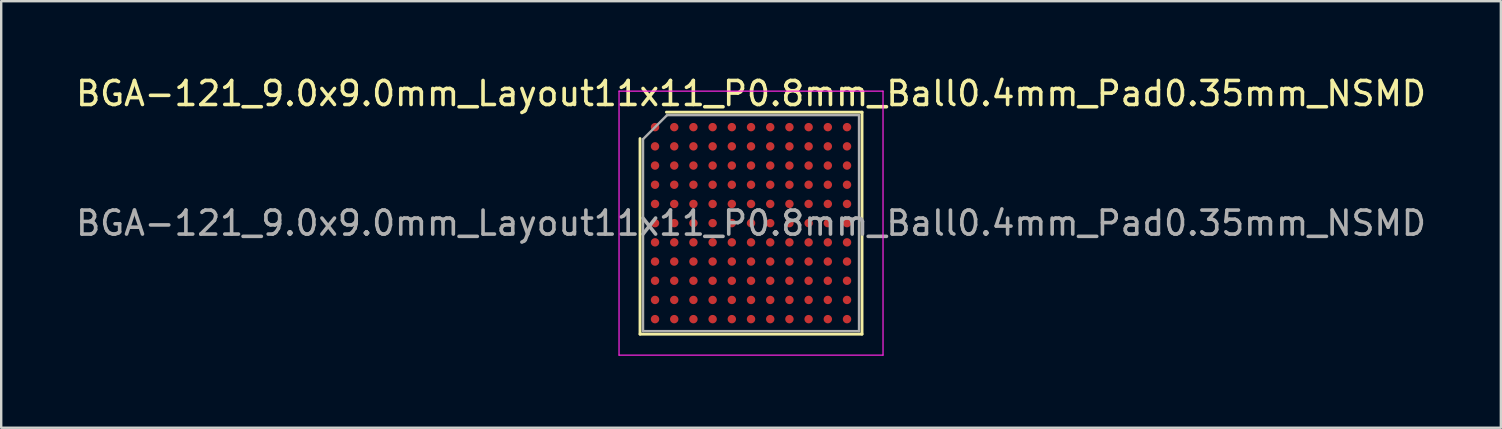
<source format=kicad_pcb>
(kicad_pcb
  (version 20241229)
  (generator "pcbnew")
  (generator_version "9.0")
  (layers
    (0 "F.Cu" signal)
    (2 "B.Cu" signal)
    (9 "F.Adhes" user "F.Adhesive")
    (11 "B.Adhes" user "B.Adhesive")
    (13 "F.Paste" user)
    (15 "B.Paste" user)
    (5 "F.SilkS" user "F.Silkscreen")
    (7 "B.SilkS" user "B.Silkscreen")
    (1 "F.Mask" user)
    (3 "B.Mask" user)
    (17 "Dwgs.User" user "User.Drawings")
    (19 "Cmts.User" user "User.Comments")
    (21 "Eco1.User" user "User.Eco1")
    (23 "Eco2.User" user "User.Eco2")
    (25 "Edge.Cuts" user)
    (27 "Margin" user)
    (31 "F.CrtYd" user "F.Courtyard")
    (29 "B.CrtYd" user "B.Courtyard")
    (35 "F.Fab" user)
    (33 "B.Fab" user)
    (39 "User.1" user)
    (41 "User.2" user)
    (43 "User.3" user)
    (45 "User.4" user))
  (footprint "BGA-121_9.0x9.0mm_Layout11x11_P0.8mm_Ball0.4mm_Pad0.35mm_NSMD"
    (layer "F.Cu")
    (at 28.244 6.248)
    (property "Reference" "BGA-121_9.0x9.0mm_Layout11x11_P0.8mm_Ball0.4mm_Pad0.35mm_NSMD" (at 0 -5.4 0) (layer "F.SilkS") (effects (font (size 1 1) (thickness 0.15))))
    (attr smd)
    (fp_line (start -4.625 -3.525) (end -4.625 4.625) (stroke (width 0.12) (type solid)) (layer "F.SilkS"))
    (fp_line (start -4.625 4.625) (end 4.625 4.625) (stroke (width 0.12) (type solid)) (layer "F.SilkS"))
    (fp_line (start -3.525 -4.625) (end 4.625 -4.625) (stroke (width 0.12) (type solid)) (layer "F.SilkS"))
    (fp_line (start 4.625 -4.625) (end 4.625 4.625) (stroke (width 0.12) (type solid)) (layer "F.SilkS"))
    (fp_line (start -5.5 -5.5) (end -5.5 5.5) (stroke (width 0.05) (type solid)) (layer "F.CrtYd"))
    (fp_line (start -5.5 -5.5) (end 5.5 -5.5) (stroke (width 0.05) (type solid)) (layer "F.CrtYd"))
    (fp_line (start 5.5 -5.5) (end 5.5 5.5) (stroke (width 0.05) (type solid)) (layer "F.CrtYd"))
    (fp_line (start 5.5 5.5) (end -5.5 5.5) (stroke (width 0.05) (type solid)) (layer "F.CrtYd"))
    (fp_line (start -4.5 -3.5) (end -4.5 4.5) (stroke (width 0.1) (type solid)) (layer "F.Fab"))
    (fp_line (start -4.5 4.5) (end 4.5 4.5) (stroke (width 0.1) (type solid)) (layer "F.Fab"))
    (fp_line (start -3.5 -4.5) (end -4.5 -3.5) (stroke (width 0.1) (type solid)) (layer "F.Fab"))
    (fp_line (start -3.5 -4.5) (end 4.5 -4.5) (stroke (width 0.1) (type solid)) (layer "F.Fab"))
    (fp_line (start 4.5 4.5) (end 4.5 -4.5) (stroke (width 0.1) (type solid)) (layer "F.Fab"))
    (fp_text user "${REFERENCE}" (at 0 0 0) (layer "F.Fab") (effects (font (size 1 1) (thickness 0.15))))
    (pad "A1" smd circle (at -4 -4) (size 0.35 0.35) (layers "F.Cu" "F.Mask" "F.Paste"))
    (pad "A2" smd circle (at -3.2 -4) (size 0.35 0.35) (layers "F.Cu" "F.Mask" "F.Paste"))
    (pad "A3" smd circle (at -2.4 -4) (size 0.35 0.35) (layers "F.Cu" "F.Mask" "F.Paste"))
    (pad "A4" smd circle (at -1.6 -4) (size 0.35 0.35) (layers "F.Cu" "F.Mask" "F.Paste"))
    (pad "A5" smd circle (at -0.8 -4) (size 0.35 0.35) (layers "F.Cu" "F.Mask" "F.Paste"))
    (pad "A6" smd circle (at 0 -4) (size 0.35 0.35) (layers "F.Cu" "F.Mask" "F.Paste"))
    (pad "A7" smd circle (at 0.8 -4) (size 0.35 0.35) (layers "F.Cu" "F.Mask" "F.Paste"))
    (pad "A8" smd circle (at 1.6 -4) (size 0.35 0.35) (layers "F.Cu" "F.Mask" "F.Paste"))
    (pad "A9" smd circle (at 2.4 -4) (size 0.35 0.35) (layers "F.Cu" "F.Mask" "F.Paste"))
    (pad "A10" smd circle (at 3.2 -4) (size 0.35 0.35) (layers "F.Cu" "F.Mask" "F.Paste"))
    (pad "A11" smd circle (at 4 -4) (size 0.35 0.35) (layers "F.Cu" "F.Mask" "F.Paste"))
    (pad "B1" smd circle (at -4 -3.2) (size 0.35 0.35) (layers "F.Cu" "F.Mask" "F.Paste"))
    (pad "B2" smd circle (at -3.2 -3.2) (size 0.35 0.35) (layers "F.Cu" "F.Mask" "F.Paste"))
    (pad "B3" smd circle (at -2.4 -3.2) (size 0.35 0.35) (layers "F.Cu" "F.Mask" "F.Paste"))
    (pad "B4" smd circle (at -1.6 -3.2) (size 0.35 0.35) (layers "F.Cu" "F.Mask" "F.Paste"))
    (pad "B5" smd circle (at -0.8 -3.2) (size 0.35 0.35) (layers "F.Cu" "F.Mask" "F.Paste"))
    (pad "B6" smd circle (at 0 -3.2) (size 0.35 0.35) (layers "F.Cu" "F.Mask" "F.Paste"))
    (pad "B7" smd circle (at 0.8 -3.2) (size 0.35 0.35) (layers "F.Cu" "F.Mask" "F.Paste"))
    (pad "B8" smd circle (at 1.6 -3.2) (size 0.35 0.35) (layers "F.Cu" "F.Mask" "F.Paste"))
    (pad "B9" smd circle (at 2.4 -3.2) (size 0.35 0.35) (layers "F.Cu" "F.Mask" "F.Paste"))
    (pad "B10" smd circle (at 3.2 -3.2) (size 0.35 0.35) (layers "F.Cu" "F.Mask" "F.Paste"))
    (pad "B11" smd circle (at 4 -3.2) (size 0.35 0.35) (layers "F.Cu" "F.Mask" "F.Paste"))
    (pad "C1" smd circle (at -4 -2.4) (size 0.35 0.35) (layers "F.Cu" "F.Mask" "F.Paste"))
    (pad "C2" smd circle (at -3.2 -2.4) (size 0.35 0.35) (layers "F.Cu" "F.Mask" "F.Paste"))
    (pad "C3" smd circle (at -2.4 -2.4) (size 0.35 0.35) (layers "F.Cu" "F.Mask" "F.Paste"))
    (pad "C4" smd circle (at -1.6 -2.4) (size 0.35 0.35) (layers "F.Cu" "F.Mask" "F.Paste"))
    (pad "C5" smd circle (at -0.8 -2.4) (size 0.35 0.35) (layers "F.Cu" "F.Mask" "F.Paste"))
    (pad "C6" smd circle (at 0 -2.4) (size 0.35 0.35) (layers "F.Cu" "F.Mask" "F.Paste"))
    (pad "C7" smd circle (at 0.8 -2.4) (size 0.35 0.35) (layers "F.Cu" "F.Mask" "F.Paste"))
    (pad "C8" smd circle (at 1.6 -2.4) (size 0.35 0.35) (layers "F.Cu" "F.Mask" "F.Paste"))
    (pad "C9" smd circle (at 2.4 -2.4) (size 0.35 0.35) (layers "F.Cu" "F.Mask" "F.Paste"))
    (pad "C10" smd circle (at 3.2 -2.4) (size 0.35 0.35) (layers "F.Cu" "F.Mask" "F.Paste"))
    (pad "C11" smd circle (at 4 -2.4) (size 0.35 0.35) (layers "F.Cu" "F.Mask" "F.Paste"))
    (pad "D1" smd circle (at -4 -1.6) (size 0.35 0.35) (layers "F.Cu" "F.Mask" "F.Paste"))
    (pad "D2" smd circle (at -3.2 -1.6) (size 0.35 0.35) (layers "F.Cu" "F.Mask" "F.Paste"))
    (pad "D3" smd circle (at -2.4 -1.6) (size 0.35 0.35) (layers "F.Cu" "F.Mask" "F.Paste"))
    (pad "D4" smd circle (at -1.6 -1.6) (size 0.35 0.35) (layers "F.Cu" "F.Mask" "F.Paste"))
    (pad "D5" smd circle (at -0.8 -1.6) (size 0.35 0.35) (layers "F.Cu" "F.Mask" "F.Paste"))
    (pad "D6" smd circle (at 0 -1.6) (size 0.35 0.35) (layers "F.Cu" "F.Mask" "F.Paste"))
    (pad "D7" smd circle (at 0.8 -1.6) (size 0.35 0.35) (layers "F.Cu" "F.Mask" "F.Paste"))
    (pad "D8" smd circle (at 1.6 -1.6) (size 0.35 0.35) (layers "F.Cu" "F.Mask" "F.Paste"))
    (pad "D9" smd circle (at 2.4 -1.6) (size 0.35 0.35) (layers "F.Cu" "F.Mask" "F.Paste"))
    (pad "D10" smd circle (at 3.2 -1.6) (size 0.35 0.35) (layers "F.Cu" "F.Mask" "F.Paste"))
    (pad "D11" smd circle (at 4 -1.6) (size 0.35 0.35) (layers "F.Cu" "F.Mask" "F.Paste"))
    (pad "E1" smd circle (at -4 -0.8) (size 0.35 0.35) (layers "F.Cu" "F.Mask" "F.Paste"))
    (pad "E2" smd circle (at -3.2 -0.8) (size 0.35 0.35) (layers "F.Cu" "F.Mask" "F.Paste"))
    (pad "E3" smd circle (at -2.4 -0.8) (size 0.35 0.35) (layers "F.Cu" "F.Mask" "F.Paste"))
    (pad "E4" smd circle (at -1.6 -0.8) (size 0.35 0.35) (layers "F.Cu" "F.Mask" "F.Paste"))
    (pad "E5" smd circle (at -0.8 -0.8) (size 0.35 0.35) (layers "F.Cu" "F.Mask" "F.Paste"))
    (pad "E6" smd circle (at 0 -0.8) (size 0.35 0.35) (layers "F.Cu" "F.Mask" "F.Paste"))
    (pad "E7" smd circle (at 0.8 -0.8) (size 0.35 0.35) (layers "F.Cu" "F.Mask" "F.Paste"))
    (pad "E8" smd circle (at 1.6 -0.8) (size 0.35 0.35) (layers "F.Cu" "F.Mask" "F.Paste"))
    (pad "E9" smd circle (at 2.4 -0.8) (size 0.35 0.35) (layers "F.Cu" "F.Mask" "F.Paste"))
    (pad "E10" smd circle (at 3.2 -0.8) (size 0.35 0.35) (layers "F.Cu" "F.Mask" "F.Paste"))
    (pad "E11" smd circle (at 4 -0.8) (size 0.35 0.35) (layers "F.Cu" "F.Mask" "F.Paste"))
    (pad "F1" smd circle (at -4 0) (size 0.35 0.35) (layers "F.Cu" "F.Mask" "F.Paste"))
    (pad "F2" smd circle (at -3.2 0) (size 0.35 0.35) (layers "F.Cu" "F.Mask" "F.Paste"))
    (pad "F3" smd circle (at -2.4 0) (size 0.35 0.35) (layers "F.Cu" "F.Mask" "F.Paste"))
    (pad "F4" smd circle (at -1.6 0) (size 0.35 0.35) (layers "F.Cu" "F.Mask" "F.Paste"))
    (pad "F5" smd circle (at -0.8 0) (size 0.35 0.35) (layers "F.Cu" "F.Mask" "F.Paste"))
    (pad "F6" smd circle (at 0 0) (size 0.35 0.35) (layers "F.Cu" "F.Mask" "F.Paste"))
    (pad "F7" smd circle (at 0.8 0) (size 0.35 0.35) (layers "F.Cu" "F.Mask" "F.Paste"))
    (pad "F8" smd circle (at 1.6 0) (size 0.35 0.35) (layers "F.Cu" "F.Mask" "F.Paste"))
    (pad "F9" smd circle (at 2.4 0) (size 0.35 0.35) (layers "F.Cu" "F.Mask" "F.Paste"))
    (pad "F10" smd circle (at 3.2 0) (size 0.35 0.35) (layers "F.Cu" "F.Mask" "F.Paste"))
    (pad "F11" smd circle (at 4 0) (size 0.35 0.35) (layers "F.Cu" "F.Mask" "F.Paste"))
    (pad "G1" smd circle (at -4 0.8) (size 0.35 0.35) (layers "F.Cu" "F.Mask" "F.Paste"))
    (pad "G2" smd circle (at -3.2 0.8) (size 0.35 0.35) (layers "F.Cu" "F.Mask" "F.Paste"))
    (pad "G3" smd circle (at -2.4 0.8) (size 0.35 0.35) (layers "F.Cu" "F.Mask" "F.Paste"))
    (pad "G4" smd circle (at -1.6 0.8) (size 0.35 0.35) (layers "F.Cu" "F.Mask" "F.Paste"))
    (pad "G5" smd circle (at -0.8 0.8) (size 0.35 0.35) (layers "F.Cu" "F.Mask" "F.Paste"))
    (pad "G6" smd circle (at 0 0.8) (size 0.35 0.35) (layers "F.Cu" "F.Mask" "F.Paste"))
    (pad "G7" smd circle (at 0.8 0.8) (size 0.35 0.35) (layers "F.Cu" "F.Mask" "F.Paste"))
    (pad "G8" smd circle (at 1.6 0.8) (size 0.35 0.35) (layers "F.Cu" "F.Mask" "F.Paste"))
    (pad "G9" smd circle (at 2.4 0.8) (size 0.35 0.35) (layers "F.Cu" "F.Mask" "F.Paste"))
    (pad "G10" smd circle (at 3.2 0.8) (size 0.35 0.35) (layers "F.Cu" "F.Mask" "F.Paste"))
    (pad "G11" smd circle (at 4 0.8) (size 0.35 0.35) (layers "F.Cu" "F.Mask" "F.Paste"))
    (pad "H1" smd circle (at -4 1.6) (size 0.35 0.35) (layers "F.Cu" "F.Mask" "F.Paste"))
    (pad "H2" smd circle (at -3.2 1.6) (size 0.35 0.35) (layers "F.Cu" "F.Mask" "F.Paste"))
    (pad "H3" smd circle (at -2.4 1.6) (size 0.35 0.35) (layers "F.Cu" "F.Mask" "F.Paste"))
    (pad "H4" smd circle (at -1.6 1.6) (size 0.35 0.35) (layers "F.Cu" "F.Mask" "F.Paste"))
    (pad "H5" smd circle (at -0.8 1.6) (size 0.35 0.35) (layers "F.Cu" "F.Mask" "F.Paste"))
    (pad "H6" smd circle (at 0 1.6) (size 0.35 0.35) (layers "F.Cu" "F.Mask" "F.Paste"))
    (pad "H7" smd circle (at 0.8 1.6) (size 0.35 0.35) (layers "F.Cu" "F.Mask" "F.Paste"))
    (pad "H8" smd circle (at 1.6 1.6) (size 0.35 0.35) (layers "F.Cu" "F.Mask" "F.Paste"))
    (pad "H9" smd circle (at 2.4 1.6) (size 0.35 0.35) (layers "F.Cu" "F.Mask" "F.Paste"))
    (pad "H10" smd circle (at 3.2 1.6) (size 0.35 0.35) (layers "F.Cu" "F.Mask" "F.Paste"))
    (pad "H11" smd circle (at 4 1.6) (size 0.35 0.35) (layers "F.Cu" "F.Mask" "F.Paste"))
    (pad "J1" smd circle (at -4 2.4) (size 0.35 0.35) (layers "F.Cu" "F.Mask" "F.Paste"))
    (pad "J2" smd circle (at -3.2 2.4) (size 0.35 0.35) (layers "F.Cu" "F.Mask" "F.Paste"))
    (pad "J3" smd circle (at -2.4 2.4) (size 0.35 0.35) (layers "F.Cu" "F.Mask" "F.Paste"))
    (pad "J4" smd circle (at -1.6 2.4) (size 0.35 0.35) (layers "F.Cu" "F.Mask" "F.Paste"))
    (pad "J5" smd circle (at -0.8 2.4) (size 0.35 0.35) (layers "F.Cu" "F.Mask" "F.Paste"))
    (pad "J6" smd circle (at 0 2.4) (size 0.35 0.35) (layers "F.Cu" "F.Mask" "F.Paste"))
    (pad "J7" smd circle (at 0.8 2.4) (size 0.35 0.35) (layers "F.Cu" "F.Mask" "F.Paste"))
    (pad "J8" smd circle (at 1.6 2.4) (size 0.35 0.35) (layers "F.Cu" "F.Mask" "F.Paste"))
    (pad "J9" smd circle (at 2.4 2.4) (size 0.35 0.35) (layers "F.Cu" "F.Mask" "F.Paste"))
    (pad "J10" smd circle (at 3.2 2.4) (size 0.35 0.35) (layers "F.Cu" "F.Mask" "F.Paste"))
    (pad "J11" smd circle (at 4 2.4) (size 0.35 0.35) (layers "F.Cu" "F.Mask" "F.Paste"))
    (pad "K1" smd circle (at -4 3.2) (size 0.35 0.35) (layers "F.Cu" "F.Mask" "F.Paste"))
    (pad "K2" smd circle (at -3.2 3.2) (size 0.35 0.35) (layers "F.Cu" "F.Mask" "F.Paste"))
    (pad "K3" smd circle (at -2.4 3.2) (size 0.35 0.35) (layers "F.Cu" "F.Mask" "F.Paste"))
    (pad "K4" smd circle (at -1.6 3.2) (size 0.35 0.35) (layers "F.Cu" "F.Mask" "F.Paste"))
    (pad "K5" smd circle (at -0.8 3.2) (size 0.35 0.35) (layers "F.Cu" "F.Mask" "F.Paste"))
    (pad "K6" smd circle (at 0 3.2) (size 0.35 0.35) (layers "F.Cu" "F.Mask" "F.Paste"))
    (pad "K7" smd circle (at 0.8 3.2) (size 0.35 0.35) (layers "F.Cu" "F.Mask" "F.Paste"))
    (pad "K8" smd circle (at 1.6 3.2) (size 0.35 0.35) (layers "F.Cu" "F.Mask" "F.Paste"))
    (pad "K9" smd circle (at 2.4 3.2) (size 0.35 0.35) (layers "F.Cu" "F.Mask" "F.Paste"))
    (pad "K10" smd circle (at 3.2 3.2) (size 0.35 0.35) (layers "F.Cu" "F.Mask" "F.Paste"))
    (pad "K11" smd circle (at 4 3.2) (size 0.35 0.35) (layers "F.Cu" "F.Mask" "F.Paste"))
    (pad "L1" smd circle (at -4 4) (size 0.35 0.35) (layers "F.Cu" "F.Mask" "F.Paste"))
    (pad "L2" smd circle (at -3.2 4) (size 0.35 0.35) (layers "F.Cu" "F.Mask" "F.Paste"))
    (pad "L3" smd circle (at -2.4 4) (size 0.35 0.35) (layers "F.Cu" "F.Mask" "F.Paste"))
    (pad "L4" smd circle (at -1.6 4) (size 0.35 0.35) (layers "F.Cu" "F.Mask" "F.Paste"))
    (pad "L5" smd circle (at -0.8 4) (size 0.35 0.35) (layers "F.Cu" "F.Mask" "F.Paste"))
    (pad "L6" smd circle (at 0 4) (size 0.35 0.35) (layers "F.Cu" "F.Mask" "F.Paste"))
    (pad "L7" smd circle (at 0.8 4) (size 0.35 0.35) (layers "F.Cu" "F.Mask" "F.Paste"))
    (pad "L8" smd circle (at 1.6 4) (size 0.35 0.35) (layers "F.Cu" "F.Mask" "F.Paste"))
    (pad "L9" smd circle (at 2.4 4) (size 0.35 0.35) (layers "F.Cu" "F.Mask" "F.Paste"))
    (pad "L10" smd circle (at 3.2 4) (size 0.35 0.35) (layers "F.Cu" "F.Mask" "F.Paste"))
    (pad "L11" smd circle (at 4 4) (size 0.35 0.35) (layers "F.Cu" "F.Mask" "F.Paste")))
  (gr_rect
    (start -3 -3)
    (end 59.488 14.773)
    (stroke (width 0.1) (type default))
    (fill no)
    (layer "Edge.Cuts")))
</source>
